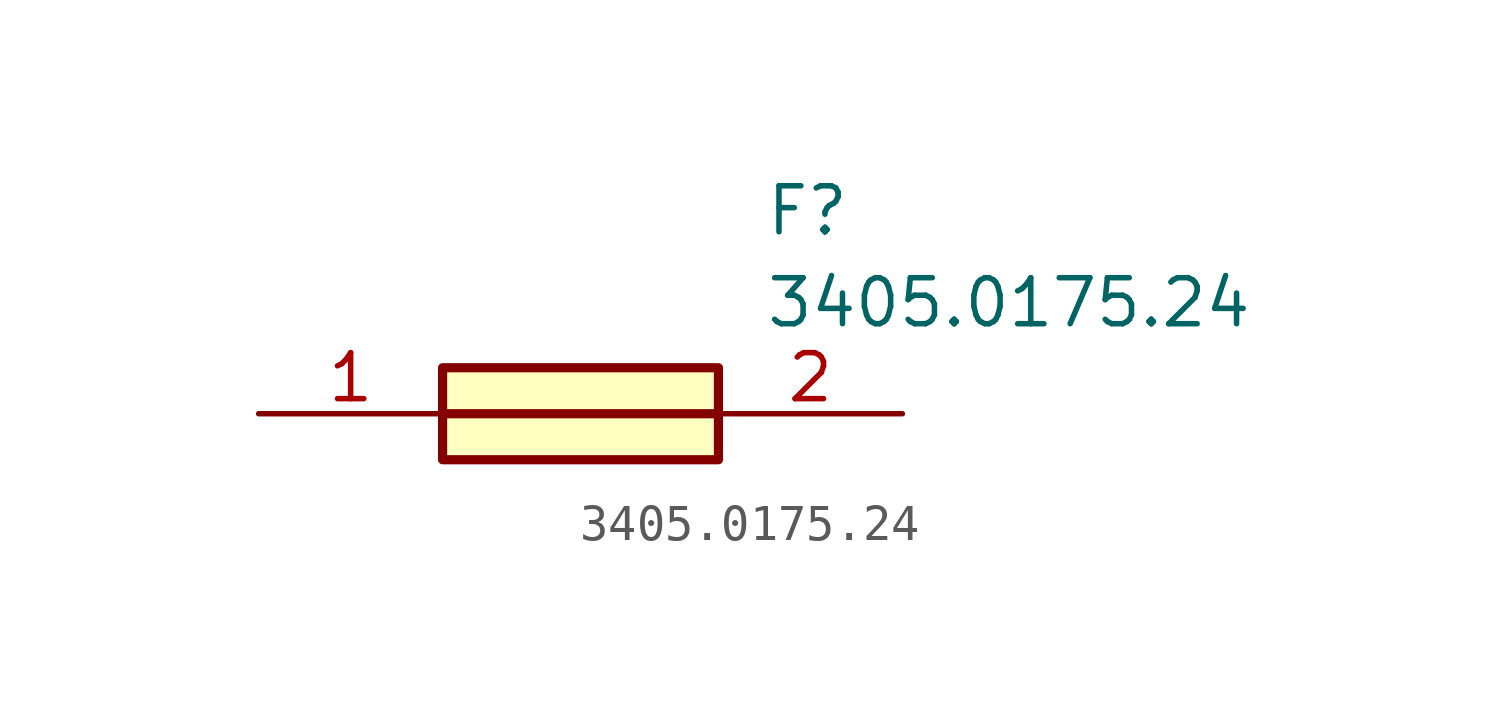
<source format=kicad_sym>
(kicad_symbol_lib
  (version 20211014)
  (generator SamacSys_ECAD_Model)
  (symbol "3405.0175.24"
    (pin_names hide)
    (property "Reference" "F"
      (at 13.97 6.35 0)
      (effects (font (size 1.27 1.27)) (justify left top)))
    (property "Value" "3405.0175.24"
      (at 13.97 3.81 0)
      (effects (font (size 1.27 1.27)) (justify left top)))
    (rectangle
      (start 5.08 1.27)
      (end 12.7 -1.27)
      (stroke (width 0.254) (type default))
      (fill (type background)))
    (polyline
      (pts (xy 5.08 0) (xy 12.7 0))
      (stroke (width 0.254) (type default))
      (fill (type none)))
    (pin passive line
      (at 0 0 0)
      (length 5.08)
      (name "1" (effects (font (size 1.27 1.27))))
      (number "1" (effects (font (size 1.27 1.27)))))
    (pin passive line
      (at 17.78 0 180)
      (length 5.08)
      (name "2" (effects (font (size 1.27 1.27))))
      (number "2" (effects (font (size 1.27 1.27)))))))
</source>
